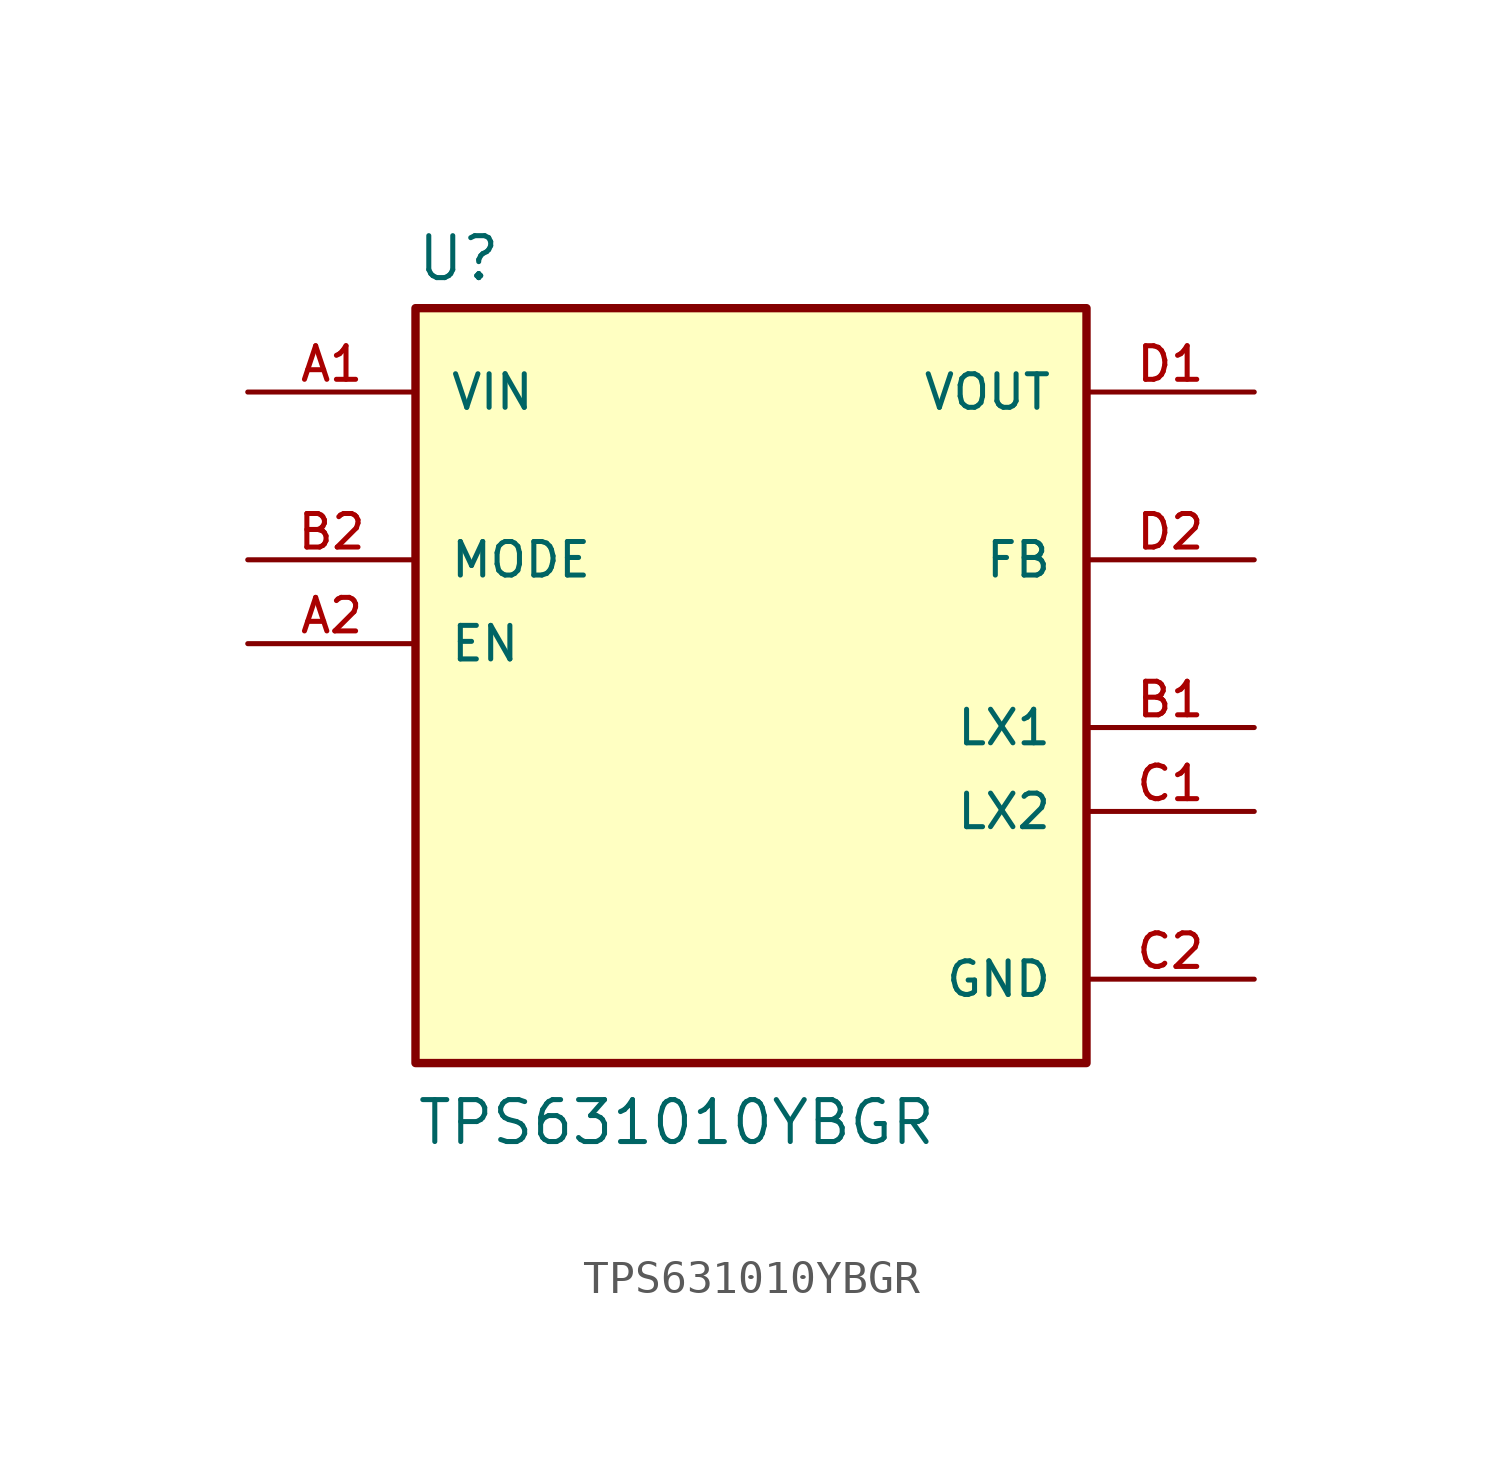
<source format=kicad_sym>
(kicad_symbol_lib
  (version 20211014)
  (generator kicad_symbol_editor)
  (symbol "TPS631010YBGR"
    (pin_names
      (offset 1.016))
    (property "Reference" "U"
      (at -10.16 13.462 0)
      (effects (font (size 1.27 1.27)) (justify bottom left)))
    (property "Value" "TPS631010YBGR"
      (at -10.16 -12.7 0)
      (effects (font (size 1.27 1.27)) (justify bottom left)))
    (symbol "TPS631010YBGR_0_0"
      (rectangle (start -10.16 -10.16) (end 10.16 12.7) (stroke (width 0.254)) (fill (type background)))
      (pin input line (at -15.24 10.16 0) (length 5.08) (name "VIN" (effects (font (size 1.016 1.016)))) (number "A1" (effects (font (size 1.016 1.016)))))
      (pin power_in line (at 15.24 -7.62 180.0) (length 5.08) (name "GND" (effects (font (size 1.016 1.016)))) (number "C2" (effects (font (size 1.016 1.016)))))
      (pin input line (at -15.24 5.08 0) (length 5.08) (name "MODE" (effects (font (size 1.016 1.016)))) (number "B2" (effects (font (size 1.016 1.016)))))
      (pin input line (at -15.24 2.54 0) (length 5.08) (name "EN" (effects (font (size 1.016 1.016)))) (number "A2" (effects (font (size 1.016 1.016)))))
      (pin output line (at 15.24 10.16 180.0) (length 5.08) (name "VOUT" (effects (font (size 1.016 1.016)))) (number "D1" (effects (font (size 1.016 1.016)))))
      (pin passive line (at 15.24 0.0 180.0) (length 5.08) (name "LX1" (effects (font (size 1.016 1.016)))) (number "B1" (effects (font (size 1.016 1.016)))))
      (pin passive line (at 15.24 -2.54 180.0) (length 5.08) (name "LX2" (effects (font (size 1.016 1.016)))) (number "C1" (effects (font (size 1.016 1.016)))))
      (pin input line (at 15.24 5.08 180.0) (length 5.08) (name "FB" (effects (font (size 1.016 1.016)))) (number "D2" (effects (font (size 1.016 1.016))))))))
</source>
